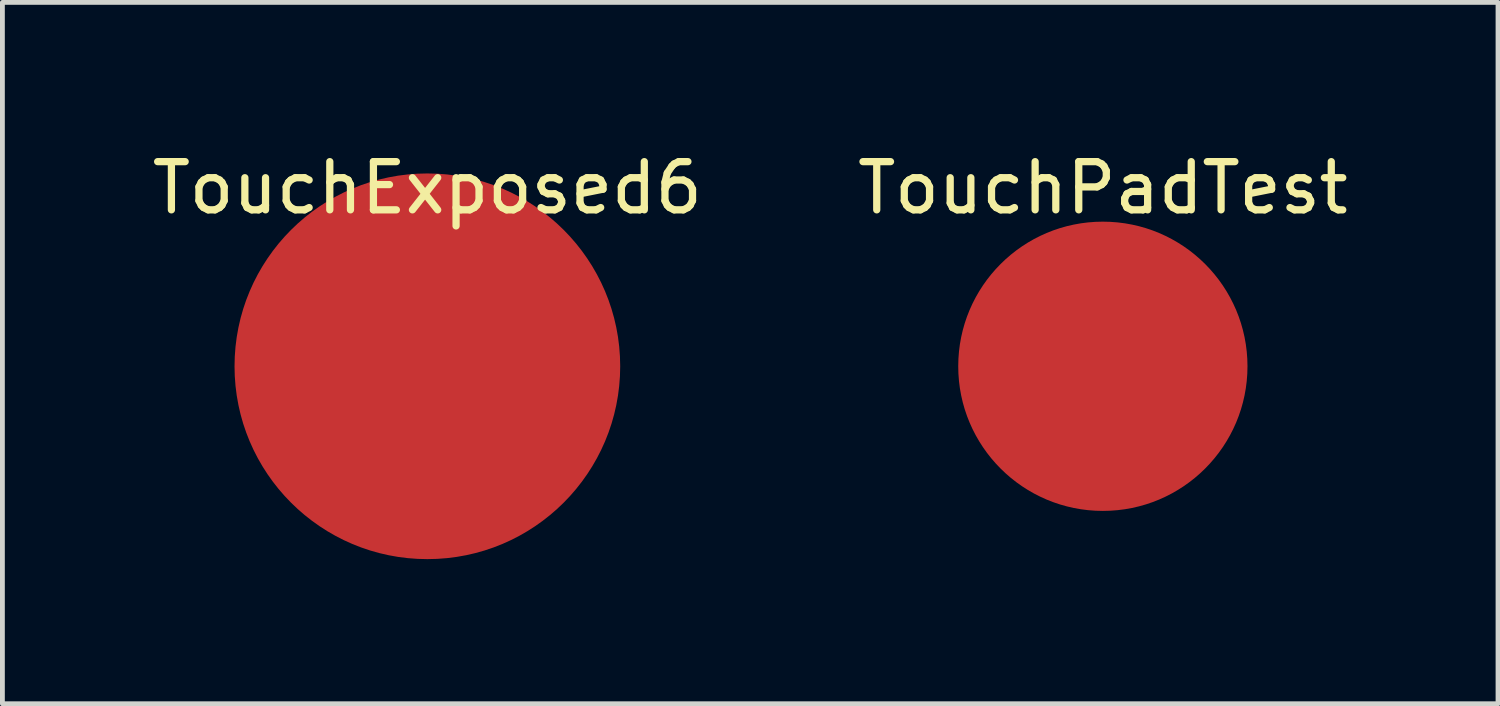
<source format=kicad_pcb>
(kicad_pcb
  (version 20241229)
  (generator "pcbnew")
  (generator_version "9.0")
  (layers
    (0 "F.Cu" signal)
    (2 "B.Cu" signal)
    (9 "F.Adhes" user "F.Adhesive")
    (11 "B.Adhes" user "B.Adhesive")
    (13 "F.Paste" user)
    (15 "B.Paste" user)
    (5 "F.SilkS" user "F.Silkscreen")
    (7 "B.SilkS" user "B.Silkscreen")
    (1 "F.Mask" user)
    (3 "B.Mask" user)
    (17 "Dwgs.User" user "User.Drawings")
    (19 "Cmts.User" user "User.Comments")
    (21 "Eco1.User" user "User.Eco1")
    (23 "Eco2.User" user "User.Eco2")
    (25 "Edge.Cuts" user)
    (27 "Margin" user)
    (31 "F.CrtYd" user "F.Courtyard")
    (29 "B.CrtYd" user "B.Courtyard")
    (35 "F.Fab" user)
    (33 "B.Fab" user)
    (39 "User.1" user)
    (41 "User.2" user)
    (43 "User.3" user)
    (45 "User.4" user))
  (footprint "TouchExposed6"
    (layer "F.Cu")
    (at 5.815 4.448)
    (property "Reference" "TouchExposed6" (at 0 -3.6 0) (unlocked yes) (layer "F.SilkS") (effects (font (size 1 1) (thickness 0.15))))
    (attr smd)
    (pad "1" smd circle (at 0 0.1) (size 8 8) (layers "F.Cu" "F.Mask" "F.Paste")))
  (footprint "TouchPadTest"
    (layer "F.Cu")
    (at 19.827 4.548)
    (property "Reference" "TouchPadTest" (at 0 -3.7 0) (unlocked yes) (layer "F.SilkS") (effects (font (size 1 1) (thickness 0.15))))
    (attr smd)
    (pad "1" smd circle (at 0 0) (size 6 6) (layers "F.Cu")))
  (gr_rect
    (start -3 -3)
    (end 28.024 11.548)
    (stroke (width 0.1) (type default))
    (fill no)
    (layer "Edge.Cuts")))
</source>
